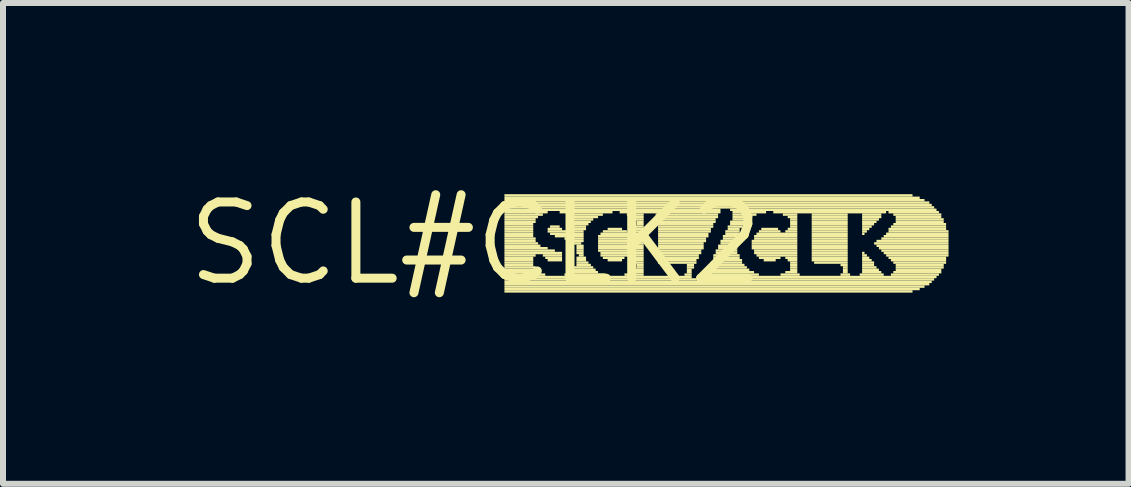
<source format=kicad_pcb>
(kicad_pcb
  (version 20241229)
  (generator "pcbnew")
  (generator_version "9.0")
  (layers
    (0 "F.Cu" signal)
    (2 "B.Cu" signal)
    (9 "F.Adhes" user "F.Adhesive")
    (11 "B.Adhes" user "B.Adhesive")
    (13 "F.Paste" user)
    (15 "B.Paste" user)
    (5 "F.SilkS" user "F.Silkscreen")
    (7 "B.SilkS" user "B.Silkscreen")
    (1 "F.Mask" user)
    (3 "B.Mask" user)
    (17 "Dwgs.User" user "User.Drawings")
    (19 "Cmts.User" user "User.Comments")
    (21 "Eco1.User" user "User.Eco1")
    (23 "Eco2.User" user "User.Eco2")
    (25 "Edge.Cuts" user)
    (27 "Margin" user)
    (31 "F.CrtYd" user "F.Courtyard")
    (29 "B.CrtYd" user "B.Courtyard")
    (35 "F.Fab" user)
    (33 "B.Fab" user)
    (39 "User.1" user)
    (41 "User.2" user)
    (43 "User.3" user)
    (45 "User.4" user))
  (footprint "SCL#CLK2"
    (layer "F.Cu")
    (at 4.876 1.006)
    (property "Reference" "SCL#CLK2" (at 0 0 0) (layer "F.SilkS") (effects (font (size 1.27 1.27) (thickness 0.15))))
    (attr through_hole)
    (fp_poly (pts (xy 0.48 -0.78) (xy 7.28 -0.78) (xy 7.28 -0.82) (xy 0.48 -0.82)) (stroke (width 0) (type solid)) (fill yes) (layer "F.SilkS"))
    (fp_poly (pts (xy 0.48 -0.74) (xy 7.4 -0.74) (xy 7.4 -0.78) (xy 0.48 -0.78)) (stroke (width 0) (type solid)) (fill yes) (layer "F.SilkS"))
    (fp_poly (pts (xy 0.48 -0.7) (xy 7.48 -0.7) (xy 7.48 -0.74) (xy 0.48 -0.74)) (stroke (width 0) (type solid)) (fill yes) (layer "F.SilkS"))
    (fp_poly (pts (xy 0.48 -0.66) (xy 7.56 -0.66) (xy 7.56 -0.7) (xy 0.48 -0.7)) (stroke (width 0) (type solid)) (fill yes) (layer "F.SilkS"))
    (fp_poly (pts (xy 0.48 -0.62) (xy 7.6 -0.62) (xy 7.6 -0.66) (xy 0.48 -0.66)) (stroke (width 0) (type solid)) (fill yes) (layer "F.SilkS"))
    (fp_poly (pts (xy 0.48 -0.58) (xy 7.64 -0.58) (xy 7.64 -0.62) (xy 0.48 -0.62)) (stroke (width 0) (type solid)) (fill yes) (layer "F.SilkS"))
    (fp_poly (pts (xy 0.48 -0.54) (xy 4.08 -0.54) (xy 4.08 -0.58) (xy 0.48 -0.58)) (stroke (width 0) (type solid)) (fill yes) (layer "F.SilkS"))
    (fp_poly (pts (xy 0.48 -0.5) (xy 1.2 -0.5) (xy 1.2 -0.54) (xy 0.48 -0.54)) (stroke (width 0) (type solid)) (fill yes) (layer "F.SilkS"))
    (fp_poly (pts (xy 0.48 -0.46) (xy 1.12 -0.46) (xy 1.12 -0.5) (xy 0.48 -0.5)) (stroke (width 0) (type solid)) (fill yes) (layer "F.SilkS"))
    (fp_poly (pts (xy 0.48 -0.42) (xy 1.04 -0.42) (xy 1.04 -0.46) (xy 0.48 -0.46)) (stroke (width 0) (type solid)) (fill yes) (layer "F.SilkS"))
    (fp_poly (pts (xy 0.48 -0.38) (xy 1 -0.38) (xy 1 -0.42) (xy 0.48 -0.42)) (stroke (width 0) (type solid)) (fill yes) (layer "F.SilkS"))
    (fp_poly (pts (xy 0.48 -0.34) (xy 1 -0.34) (xy 1 -0.38) (xy 0.48 -0.38)) (stroke (width 0) (type solid)) (fill yes) (layer "F.SilkS"))
    (fp_poly (pts (xy 0.48 -0.3) (xy 0.96 -0.3) (xy 0.96 -0.34) (xy 0.48 -0.34)) (stroke (width 0) (type solid)) (fill yes) (layer "F.SilkS"))
    (fp_poly (pts (xy 0.48 -0.26) (xy 0.96 -0.26) (xy 0.96 -0.3) (xy 0.48 -0.3)) (stroke (width 0) (type solid)) (fill yes) (layer "F.SilkS"))
    (fp_poly (pts (xy 0.48 -0.22) (xy 0.96 -0.22) (xy 0.96 -0.26) (xy 0.48 -0.26)) (stroke (width 0) (type solid)) (fill yes) (layer "F.SilkS"))
    (fp_poly (pts (xy 0.48 -0.18) (xy 0.96 -0.18) (xy 0.96 -0.22) (xy 0.48 -0.22)) (stroke (width 0) (type solid)) (fill yes) (layer "F.SilkS"))
    (fp_poly (pts (xy 0.48 -0.14) (xy 0.96 -0.14) (xy 0.96 -0.18) (xy 0.48 -0.18)) (stroke (width 0) (type solid)) (fill yes) (layer "F.SilkS"))
    (fp_poly (pts (xy 0.48 -0.1) (xy 0.96 -0.1) (xy 0.96 -0.14) (xy 0.48 -0.14)) (stroke (width 0) (type solid)) (fill yes) (layer "F.SilkS"))
    (fp_poly (pts (xy 0.48 -0.06) (xy 1 -0.06) (xy 1 -0.1) (xy 0.48 -0.1)) (stroke (width 0) (type solid)) (fill yes) (layer "F.SilkS"))
    (fp_poly (pts (xy 0.48 -0.02) (xy 1 -0.02) (xy 1 -0.06) (xy 0.48 -0.06)) (stroke (width 0) (type solid)) (fill yes) (layer "F.SilkS"))
    (fp_poly (pts (xy 0.48 0.02) (xy 1.04 0.02) (xy 1.04 -0.02) (xy 0.48 -0.02)) (stroke (width 0) (type solid)) (fill yes) (layer "F.SilkS"))
    (fp_poly (pts (xy 0.48 0.06) (xy 1.08 0.06) (xy 1.08 0.02) (xy 0.48 0.02)) (stroke (width 0) (type solid)) (fill yes) (layer "F.SilkS"))
    (fp_poly (pts (xy 0.48 0.1) (xy 1.2 0.1) (xy 1.2 0.06) (xy 0.48 0.06)) (stroke (width 0) (type solid)) (fill yes) (layer "F.SilkS"))
    (fp_poly (pts (xy 0.48 0.14) (xy 1.32 0.14) (xy 1.32 0.1) (xy 0.48 0.1)) (stroke (width 0) (type solid)) (fill yes) (layer "F.SilkS"))
    (fp_poly (pts (xy 0.48 0.18) (xy 1.44 0.18) (xy 1.44 0.14) (xy 0.48 0.14)) (stroke (width 0) (type solid)) (fill yes) (layer "F.SilkS"))
    (fp_poly (pts (xy 0.48 0.22) (xy 1 0.22) (xy 1 0.18) (xy 0.48 0.18)) (stroke (width 0) (type solid)) (fill yes) (layer "F.SilkS"))
    (fp_poly (pts (xy 0.48 0.26) (xy 0.96 0.26) (xy 0.96 0.22) (xy 0.48 0.22)) (stroke (width 0) (type solid)) (fill yes) (layer "F.SilkS"))
    (fp_poly (pts (xy 0.48 0.3) (xy 0.96 0.3) (xy 0.96 0.26) (xy 0.48 0.26)) (stroke (width 0) (type solid)) (fill yes) (layer "F.SilkS"))
    (fp_poly (pts (xy 0.48 0.34) (xy 0.96 0.34) (xy 0.96 0.3) (xy 0.48 0.3)) (stroke (width 0) (type solid)) (fill yes) (layer "F.SilkS"))
    (fp_poly (pts (xy 0.48 0.38) (xy 0.96 0.38) (xy 0.96 0.34) (xy 0.48 0.34)) (stroke (width 0) (type solid)) (fill yes) (layer "F.SilkS"))
    (fp_poly (pts (xy 0.48 0.42) (xy 1 0.42) (xy 1 0.38) (xy 0.48 0.38)) (stroke (width 0) (type solid)) (fill yes) (layer "F.SilkS"))
    (fp_poly (pts (xy 0.48 0.46) (xy 1 0.46) (xy 1 0.42) (xy 0.48 0.42)) (stroke (width 0) (type solid)) (fill yes) (layer "F.SilkS"))
    (fp_poly (pts (xy 0.48 0.5) (xy 1.08 0.5) (xy 1.08 0.46) (xy 0.48 0.46)) (stroke (width 0) (type solid)) (fill yes) (layer "F.SilkS"))
    (fp_poly (pts (xy 0.48 0.54) (xy 1.16 0.54) (xy 1.16 0.5) (xy 0.48 0.5)) (stroke (width 0) (type solid)) (fill yes) (layer "F.SilkS"))
    (fp_poly (pts (xy 0.48 0.58) (xy 3.6 0.58) (xy 3.6 0.54) (xy 0.48 0.54)) (stroke (width 0) (type solid)) (fill yes) (layer "F.SilkS"))
    (fp_poly (pts (xy 0.48 0.62) (xy 3.68 0.62) (xy 3.68 0.58) (xy 0.48 0.58)) (stroke (width 0) (type solid)) (fill yes) (layer "F.SilkS"))
    (fp_poly (pts (xy 0.48 0.66) (xy 7.6 0.66) (xy 7.6 0.62) (xy 0.48 0.62)) (stroke (width 0) (type solid)) (fill yes) (layer "F.SilkS"))
    (fp_poly (pts (xy 0.48 0.7) (xy 7.56 0.7) (xy 7.56 0.66) (xy 0.48 0.66)) (stroke (width 0) (type solid)) (fill yes) (layer "F.SilkS"))
    (fp_poly (pts (xy 0.48 0.74) (xy 7.48 0.74) (xy 7.48 0.7) (xy 0.48 0.7)) (stroke (width 0) (type solid)) (fill yes) (layer "F.SilkS"))
    (fp_poly (pts (xy 0.48 0.78) (xy 7.4 0.78) (xy 7.4 0.74) (xy 0.48 0.74)) (stroke (width 0) (type solid)) (fill yes) (layer "F.SilkS"))
    (fp_poly (pts (xy 0.48 0.82) (xy 7.28 0.82) (xy 7.28 0.78) (xy 0.48 0.78)) (stroke (width 0) (type solid)) (fill yes) (layer "F.SilkS"))
    (fp_poly (pts (xy 1.12 0.22) (xy 1.44 0.22) (xy 1.44 0.18) (xy 1.12 0.18)) (stroke (width 0) (type solid)) (fill yes) (layer "F.SilkS"))
    (fp_poly (pts (xy 1.16 0.26) (xy 1.44 0.26) (xy 1.44 0.22) (xy 1.16 0.22)) (stroke (width 0) (type solid)) (fill yes) (layer "F.SilkS"))
    (fp_poly (pts (xy 1.2 -0.22) (xy 1.44 -0.22) (xy 1.44 -0.26) (xy 1.2 -0.26)) (stroke (width 0) (type solid)) (fill yes) (layer "F.SilkS"))
    (fp_poly (pts (xy 1.2 -0.18) (xy 1.8 -0.18) (xy 1.8 -0.22) (xy 1.2 -0.22)) (stroke (width 0) (type solid)) (fill yes) (layer "F.SilkS"))
    (fp_poly (pts (xy 1.2 0.3) (xy 1.44 0.3) (xy 1.44 0.26) (xy 1.2 0.26)) (stroke (width 0) (type solid)) (fill yes) (layer "F.SilkS"))
    (fp_poly (pts (xy 1.24 -0.26) (xy 1.4 -0.26) (xy 1.4 -0.3) (xy 1.24 -0.3)) (stroke (width 0) (type solid)) (fill yes) (layer "F.SilkS"))
    (fp_poly (pts (xy 1.24 -0.14) (xy 1.8 -0.14) (xy 1.8 -0.18) (xy 1.24 -0.18)) (stroke (width 0) (type solid)) (fill yes) (layer "F.SilkS"))
    (fp_poly (pts (xy 1.32 -0.1) (xy 1.8 -0.1) (xy 1.8 -0.14) (xy 1.32 -0.14)) (stroke (width 0) (type solid)) (fill yes) (layer "F.SilkS"))
    (fp_poly (pts (xy 1.4 -0.5) (xy 2.28 -0.5) (xy 2.28 -0.54) (xy 1.4 -0.54)) (stroke (width 0) (type solid)) (fill yes) (layer "F.SilkS"))
    (fp_poly (pts (xy 1.48 -0.06) (xy 1.8 -0.06) (xy 1.8 -0.1) (xy 1.48 -0.1)) (stroke (width 0) (type solid)) (fill yes) (layer "F.SilkS"))
    (fp_poly (pts (xy 1.48 0.54) (xy 2.16 0.54) (xy 2.16 0.5) (xy 1.48 0.5)) (stroke (width 0) (type solid)) (fill yes) (layer "F.SilkS"))
    (fp_poly (pts (xy 1.52 -0.46) (xy 2.12 -0.46) (xy 2.12 -0.5) (xy 1.52 -0.5)) (stroke (width 0) (type solid)) (fill yes) (layer "F.SilkS"))
    (fp_poly (pts (xy 1.56 -0.22) (xy 1.84 -0.22) (xy 1.84 -0.26) (xy 1.56 -0.26)) (stroke (width 0) (type solid)) (fill yes) (layer "F.SilkS"))
    (fp_poly (pts (xy 1.56 0.5) (xy 2.04 0.5) (xy 2.04 0.46) (xy 1.56 0.46)) (stroke (width 0) (type solid)) (fill yes) (layer "F.SilkS"))
    (fp_poly (pts (xy 1.6 -0.42) (xy 2.04 -0.42) (xy 2.04 -0.46) (xy 1.6 -0.46)) (stroke (width 0) (type solid)) (fill yes) (layer "F.SilkS"))
    (fp_poly (pts (xy 1.6 -0.26) (xy 1.84 -0.26) (xy 1.84 -0.3) (xy 1.6 -0.3)) (stroke (width 0) (type solid)) (fill yes) (layer "F.SilkS"))
    (fp_poly (pts (xy 1.6 -0.02) (xy 1.8 -0.02) (xy 1.8 -0.06) (xy 1.6 -0.06)) (stroke (width 0) (type solid)) (fill yes) (layer "F.SilkS"))
    (fp_poly (pts (xy 1.6 0.46) (xy 2 0.46) (xy 2 0.42) (xy 1.6 0.42)) (stroke (width 0) (type solid)) (fill yes) (layer "F.SilkS"))
    (fp_poly (pts (xy 1.64 -0.38) (xy 1.96 -0.38) (xy 1.96 -0.42) (xy 1.64 -0.42)) (stroke (width 0) (type solid)) (fill yes) (layer "F.SilkS"))
    (fp_poly (pts (xy 1.64 -0.34) (xy 1.92 -0.34) (xy 1.92 -0.38) (xy 1.64 -0.38)) (stroke (width 0) (type solid)) (fill yes) (layer "F.SilkS"))
    (fp_poly (pts (xy 1.64 -0.3) (xy 1.88 -0.3) (xy 1.88 -0.34) (xy 1.64 -0.34)) (stroke (width 0) (type solid)) (fill yes) (layer "F.SilkS"))
    (fp_poly (pts (xy 1.64 0.02) (xy 1.76 0.02) (xy 1.76 -0.02) (xy 1.64 -0.02)) (stroke (width 0) (type solid)) (fill yes) (layer "F.SilkS"))
    (fp_poly (pts (xy 1.64 0.42) (xy 1.96 0.42) (xy 1.96 0.38) (xy 1.64 0.38)) (stroke (width 0) (type solid)) (fill yes) (layer "F.SilkS"))
    (fp_poly (pts (xy 1.68 0.06) (xy 1.8 0.06) (xy 1.8 0.02) (xy 1.68 0.02)) (stroke (width 0) (type solid)) (fill yes) (layer "F.SilkS"))
    (fp_poly (pts (xy 1.68 0.1) (xy 1.8 0.1) (xy 1.8 0.06) (xy 1.68 0.06)) (stroke (width 0) (type solid)) (fill yes) (layer "F.SilkS"))
    (fp_poly (pts (xy 1.68 0.14) (xy 1.8 0.14) (xy 1.8 0.1) (xy 1.68 0.1)) (stroke (width 0) (type solid)) (fill yes) (layer "F.SilkS"))
    (fp_poly (pts (xy 1.68 0.18) (xy 1.8 0.18) (xy 1.8 0.14) (xy 1.68 0.14)) (stroke (width 0) (type solid)) (fill yes) (layer "F.SilkS"))
    (fp_poly (pts (xy 1.68 0.26) (xy 1.84 0.26) (xy 1.84 0.22) (xy 1.68 0.22)) (stroke (width 0) (type solid)) (fill yes) (layer "F.SilkS"))
    (fp_poly (pts (xy 1.68 0.3) (xy 1.84 0.3) (xy 1.84 0.26) (xy 1.68 0.26)) (stroke (width 0) (type solid)) (fill yes) (layer "F.SilkS"))
    (fp_poly (pts (xy 1.68 0.34) (xy 1.88 0.34) (xy 1.88 0.3) (xy 1.68 0.3)) (stroke (width 0) (type solid)) (fill yes) (layer "F.SilkS"))
    (fp_poly (pts (xy 1.68 0.38) (xy 1.92 0.38) (xy 1.92 0.34) (xy 1.68 0.34)) (stroke (width 0) (type solid)) (fill yes) (layer "F.SilkS"))
    (fp_poly (pts (xy 1.72 0.22) (xy 1.8 0.22) (xy 1.8 0.18) (xy 1.72 0.18)) (stroke (width 0) (type solid)) (fill yes) (layer "F.SilkS"))
    (fp_poly (pts (xy 2.04 -0.1) (xy 2.8 -0.1) (xy 2.8 -0.14) (xy 2.04 -0.14)) (stroke (width 0) (type solid)) (fill yes) (layer "F.SilkS"))
    (fp_poly (pts (xy 2.04 -0.06) (xy 2.8 -0.06) (xy 2.8 -0.1) (xy 2.04 -0.1)) (stroke (width 0) (type solid)) (fill yes) (layer "F.SilkS"))
    (fp_poly (pts (xy 2.04 -0.02) (xy 2.8 -0.02) (xy 2.8 -0.06) (xy 2.04 -0.06)) (stroke (width 0) (type solid)) (fill yes) (layer "F.SilkS"))
    (fp_poly (pts (xy 2.04 0.02) (xy 2.8 0.02) (xy 2.8 -0.02) (xy 2.04 -0.02)) (stroke (width 0) (type solid)) (fill yes) (layer "F.SilkS"))
    (fp_poly (pts (xy 2.04 0.06) (xy 2.8 0.06) (xy 2.8 0.02) (xy 2.04 0.02)) (stroke (width 0) (type solid)) (fill yes) (layer "F.SilkS"))
    (fp_poly (pts (xy 2.04 0.1) (xy 2.8 0.1) (xy 2.8 0.06) (xy 2.04 0.06)) (stroke (width 0) (type solid)) (fill yes) (layer "F.SilkS"))
    (fp_poly (pts (xy 2.04 0.14) (xy 2.8 0.14) (xy 2.8 0.1) (xy 2.04 0.1)) (stroke (width 0) (type solid)) (fill yes) (layer "F.SilkS"))
    (fp_poly (pts (xy 2.08 -0.14) (xy 2.8 -0.14) (xy 2.8 -0.18) (xy 2.08 -0.18)) (stroke (width 0) (type solid)) (fill yes) (layer "F.SilkS"))
    (fp_poly (pts (xy 2.08 0.18) (xy 2.8 0.18) (xy 2.8 0.14) (xy 2.08 0.14)) (stroke (width 0) (type solid)) (fill yes) (layer "F.SilkS"))
    (fp_poly (pts (xy 2.08 0.22) (xy 2.8 0.22) (xy 2.8 0.18) (xy 2.08 0.18)) (stroke (width 0) (type solid)) (fill yes) (layer "F.SilkS"))
    (fp_poly (pts (xy 2.12 -0.18) (xy 2.52 -0.18) (xy 2.52 -0.22) (xy 2.12 -0.22)) (stroke (width 0) (type solid)) (fill yes) (layer "F.SilkS"))
    (fp_poly (pts (xy 2.12 0.26) (xy 2.48 0.26) (xy 2.48 0.22) (xy 2.12 0.22)) (stroke (width 0) (type solid)) (fill yes) (layer "F.SilkS"))
    (fp_poly (pts (xy 2.2 -0.22) (xy 2.44 -0.22) (xy 2.44 -0.26) (xy 2.2 -0.26)) (stroke (width 0) (type solid)) (fill yes) (layer "F.SilkS"))
    (fp_poly (pts (xy 2.2 0.3) (xy 2.44 0.3) (xy 2.44 0.26) (xy 2.2 0.26)) (stroke (width 0) (type solid)) (fill yes) (layer "F.SilkS"))
    (fp_poly (pts (xy 2.4 -0.5) (xy 4.08 -0.5) (xy 4.08 -0.54) (xy 2.4 -0.54)) (stroke (width 0) (type solid)) (fill yes) (layer "F.SilkS"))
    (fp_poly (pts (xy 2.48 0.54) (xy 2.8 0.54) (xy 2.8 0.5) (xy 2.48 0.5)) (stroke (width 0) (type solid)) (fill yes) (layer "F.SilkS"))
    (fp_poly (pts (xy 2.52 -0.46) (xy 2.8 -0.46) (xy 2.8 -0.5) (xy 2.52 -0.5)) (stroke (width 0) (type solid)) (fill yes) (layer "F.SilkS"))
    (fp_poly (pts (xy 2.56 -0.18) (xy 2.8 -0.18) (xy 2.8 -0.22) (xy 2.56 -0.22)) (stroke (width 0) (type solid)) (fill yes) (layer "F.SilkS"))
    (fp_poly (pts (xy 2.6 -0.42) (xy 2.8 -0.42) (xy 2.8 -0.46) (xy 2.6 -0.46)) (stroke (width 0) (type solid)) (fill yes) (layer "F.SilkS"))
    (fp_poly (pts (xy 2.6 0.26) (xy 2.8 0.26) (xy 2.8 0.22) (xy 2.6 0.22)) (stroke (width 0) (type solid)) (fill yes) (layer "F.SilkS"))
    (fp_poly (pts (xy 2.6 0.5) (xy 2.8 0.5) (xy 2.8 0.46) (xy 2.6 0.46)) (stroke (width 0) (type solid)) (fill yes) (layer "F.SilkS"))
    (fp_poly (pts (xy 2.64 -0.38) (xy 2.8 -0.38) (xy 2.8 -0.42) (xy 2.64 -0.42)) (stroke (width 0) (type solid)) (fill yes) (layer "F.SilkS"))
    (fp_poly (pts (xy 2.64 -0.26) (xy 2.8 -0.26) (xy 2.8 -0.3) (xy 2.64 -0.3)) (stroke (width 0) (type solid)) (fill yes) (layer "F.SilkS"))
    (fp_poly (pts (xy 2.64 -0.22) (xy 2.8 -0.22) (xy 2.8 -0.26) (xy 2.64 -0.26)) (stroke (width 0) (type solid)) (fill yes) (layer "F.SilkS"))
    (fp_poly (pts (xy 2.64 0.3) (xy 2.8 0.3) (xy 2.8 0.26) (xy 2.64 0.26)) (stroke (width 0) (type solid)) (fill yes) (layer "F.SilkS"))
    (fp_poly (pts (xy 2.64 0.34) (xy 2.8 0.34) (xy 2.8 0.3) (xy 2.64 0.3)) (stroke (width 0) (type solid)) (fill yes) (layer "F.SilkS"))
    (fp_poly (pts (xy 2.64 0.46) (xy 2.8 0.46) (xy 2.8 0.42) (xy 2.64 0.42)) (stroke (width 0) (type solid)) (fill yes) (layer "F.SilkS"))
    (fp_poly (pts (xy 2.68 -0.34) (xy 2.8 -0.34) (xy 2.8 -0.38) (xy 2.68 -0.38)) (stroke (width 0) (type solid)) (fill yes) (layer "F.SilkS"))
    (fp_poly (pts (xy 2.68 -0.3) (xy 2.8 -0.3) (xy 2.8 -0.34) (xy 2.68 -0.34)) (stroke (width 0) (type solid)) (fill yes) (layer "F.SilkS"))
    (fp_poly (pts (xy 2.68 0.38) (xy 2.8 0.38) (xy 2.8 0.34) (xy 2.68 0.34)) (stroke (width 0) (type solid)) (fill yes) (layer "F.SilkS"))
    (fp_poly (pts (xy 2.68 0.42) (xy 2.8 0.42) (xy 2.8 0.38) (xy 2.68 0.38)) (stroke (width 0) (type solid)) (fill yes) (layer "F.SilkS"))
    (fp_poly (pts (xy 3 -0.46) (xy 4.04 -0.46) (xy 4.04 -0.5) (xy 3 -0.5)) (stroke (width 0) (type solid)) (fill yes) (layer "F.SilkS"))
    (fp_poly (pts (xy 3.04 -0.42) (xy 4.04 -0.42) (xy 4.04 -0.46) (xy 3.04 -0.46)) (stroke (width 0) (type solid)) (fill yes) (layer "F.SilkS"))
    (fp_poly (pts (xy 3.04 -0.38) (xy 4 -0.38) (xy 4 -0.42) (xy 3.04 -0.42)) (stroke (width 0) (type solid)) (fill yes) (layer "F.SilkS"))
    (fp_poly (pts (xy 3.04 -0.34) (xy 4 -0.34) (xy 4 -0.38) (xy 3.04 -0.38)) (stroke (width 0) (type solid)) (fill yes) (layer "F.SilkS"))
    (fp_poly (pts (xy 3.04 -0.3) (xy 3.96 -0.3) (xy 3.96 -0.34) (xy 3.04 -0.34)) (stroke (width 0) (type solid)) (fill yes) (layer "F.SilkS"))
    (fp_poly (pts (xy 3.04 -0.26) (xy 3.96 -0.26) (xy 3.96 -0.3) (xy 3.04 -0.3)) (stroke (width 0) (type solid)) (fill yes) (layer "F.SilkS"))
    (fp_poly (pts (xy 3.04 -0.22) (xy 3.92 -0.22) (xy 3.92 -0.26) (xy 3.04 -0.26)) (stroke (width 0) (type solid)) (fill yes) (layer "F.SilkS"))
    (fp_poly (pts (xy 3.04 -0.18) (xy 3.92 -0.18) (xy 3.92 -0.22) (xy 3.04 -0.22)) (stroke (width 0) (type solid)) (fill yes) (layer "F.SilkS"))
    (fp_poly (pts (xy 3.04 -0.14) (xy 3.88 -0.14) (xy 3.88 -0.18) (xy 3.04 -0.18)) (stroke (width 0) (type solid)) (fill yes) (layer "F.SilkS"))
    (fp_poly (pts (xy 3.04 -0.1) (xy 3.88 -0.1) (xy 3.88 -0.14) (xy 3.04 -0.14)) (stroke (width 0) (type solid)) (fill yes) (layer "F.SilkS"))
    (fp_poly (pts (xy 3.04 -0.06) (xy 3.84 -0.06) (xy 3.84 -0.1) (xy 3.04 -0.1)) (stroke (width 0) (type solid)) (fill yes) (layer "F.SilkS"))
    (fp_poly (pts (xy 3.04 -0.02) (xy 3.84 -0.02) (xy 3.84 -0.06) (xy 3.04 -0.06)) (stroke (width 0) (type solid)) (fill yes) (layer "F.SilkS"))
    (fp_poly (pts (xy 3.04 0.02) (xy 3.8 0.02) (xy 3.8 -0.02) (xy 3.04 -0.02)) (stroke (width 0) (type solid)) (fill yes) (layer "F.SilkS"))
    (fp_poly (pts (xy 3.04 0.06) (xy 3.8 0.06) (xy 3.8 0.02) (xy 3.04 0.02)) (stroke (width 0) (type solid)) (fill yes) (layer "F.SilkS"))
    (fp_poly (pts (xy 3.04 0.1) (xy 3.8 0.1) (xy 3.8 0.06) (xy 3.04 0.06)) (stroke (width 0) (type solid)) (fill yes) (layer "F.SilkS"))
    (fp_poly (pts (xy 3.04 0.14) (xy 3.76 0.14) (xy 3.76 0.1) (xy 3.04 0.1)) (stroke (width 0) (type solid)) (fill yes) (layer "F.SilkS"))
    (fp_poly (pts (xy 3.04 0.18) (xy 3.76 0.18) (xy 3.76 0.14) (xy 3.04 0.14)) (stroke (width 0) (type solid)) (fill yes) (layer "F.SilkS"))
    (fp_poly (pts (xy 3.04 0.22) (xy 3.72 0.22) (xy 3.72 0.18) (xy 3.04 0.18)) (stroke (width 0) (type solid)) (fill yes) (layer "F.SilkS"))
    (fp_poly (pts (xy 3.04 0.26) (xy 3.72 0.26) (xy 3.72 0.22) (xy 3.04 0.22)) (stroke (width 0) (type solid)) (fill yes) (layer "F.SilkS"))
    (fp_poly (pts (xy 3.04 0.3) (xy 3.68 0.3) (xy 3.68 0.26) (xy 3.04 0.26)) (stroke (width 0) (type solid)) (fill yes) (layer "F.SilkS"))
    (fp_poly (pts (xy 3.04 0.34) (xy 3.68 0.34) (xy 3.68 0.3) (xy 3.04 0.3)) (stroke (width 0) (type solid)) (fill yes) (layer "F.SilkS"))
    (fp_poly (pts (xy 3.48 0.54) (xy 3.6 0.54) (xy 3.6 0.5) (xy 3.48 0.5)) (stroke (width 0) (type solid)) (fill yes) (layer "F.SilkS"))
    (fp_poly (pts (xy 3.52 0.38) (xy 3.64 0.38) (xy 3.64 0.34) (xy 3.52 0.34)) (stroke (width 0) (type solid)) (fill yes) (layer "F.SilkS"))
    (fp_poly (pts (xy 3.52 0.42) (xy 3.64 0.42) (xy 3.64 0.38) (xy 3.52 0.38)) (stroke (width 0) (type solid)) (fill yes) (layer "F.SilkS"))
    (fp_poly (pts (xy 3.52 0.46) (xy 3.6 0.46) (xy 3.6 0.42) (xy 3.52 0.42)) (stroke (width 0) (type solid)) (fill yes) (layer "F.SilkS"))
    (fp_poly (pts (xy 3.52 0.5) (xy 3.6 0.5) (xy 3.6 0.46) (xy 3.52 0.46)) (stroke (width 0) (type solid)) (fill yes) (layer "F.SilkS"))
    (fp_poly (pts (xy 3.8 0.58) (xy 7.68 0.58) (xy 7.68 0.54) (xy 3.8 0.54)) (stroke (width 0) (type solid)) (fill yes) (layer "F.SilkS"))
    (fp_poly (pts (xy 3.8 0.62) (xy 7.64 0.62) (xy 7.64 0.58) (xy 3.8 0.58)) (stroke (width 0) (type solid)) (fill yes) (layer "F.SilkS"))
    (fp_poly (pts (xy 3.84 0.5) (xy 4.64 0.5) (xy 4.64 0.46) (xy 3.84 0.46)) (stroke (width 0) (type solid)) (fill yes) (layer "F.SilkS"))
    (fp_poly (pts (xy 3.84 0.54) (xy 4.72 0.54) (xy 4.72 0.5) (xy 3.84 0.5)) (stroke (width 0) (type solid)) (fill yes) (layer "F.SilkS"))
    (fp_poly (pts (xy 3.88 0.42) (xy 4.52 0.42) (xy 4.52 0.38) (xy 3.88 0.38)) (stroke (width 0) (type solid)) (fill yes) (layer "F.SilkS"))
    (fp_poly (pts (xy 3.88 0.46) (xy 4.56 0.46) (xy 4.56 0.42) (xy 3.88 0.42)) (stroke (width 0) (type solid)) (fill yes) (layer "F.SilkS"))
    (fp_poly (pts (xy 3.92 0.34) (xy 4.44 0.34) (xy 4.44 0.3) (xy 3.92 0.3)) (stroke (width 0) (type solid)) (fill yes) (layer "F.SilkS"))
    (fp_poly (pts (xy 3.92 0.38) (xy 4.48 0.38) (xy 4.48 0.34) (xy 3.92 0.34)) (stroke (width 0) (type solid)) (fill yes) (layer "F.SilkS"))
    (fp_poly (pts (xy 3.96 0.22) (xy 4.4 0.22) (xy 4.4 0.18) (xy 3.96 0.18)) (stroke (width 0) (type solid)) (fill yes) (layer "F.SilkS"))
    (fp_poly (pts (xy 3.96 0.26) (xy 4.4 0.26) (xy 4.4 0.22) (xy 3.96 0.22)) (stroke (width 0) (type solid)) (fill yes) (layer "F.SilkS"))
    (fp_poly (pts (xy 3.96 0.3) (xy 4.44 0.3) (xy 4.44 0.26) (xy 3.96 0.26)) (stroke (width 0) (type solid)) (fill yes) (layer "F.SilkS"))
    (fp_poly (pts (xy 4 0.14) (xy 4.36 0.14) (xy 4.36 0.1) (xy 4 0.1)) (stroke (width 0) (type solid)) (fill yes) (layer "F.SilkS"))
    (fp_poly (pts (xy 4 0.18) (xy 4.36 0.18) (xy 4.36 0.14) (xy 4 0.14)) (stroke (width 0) (type solid)) (fill yes) (layer "F.SilkS"))
    (fp_poly (pts (xy 4.04 0.06) (xy 4.36 0.06) (xy 4.36 0.02) (xy 4.04 0.02)) (stroke (width 0) (type solid)) (fill yes) (layer "F.SilkS"))
    (fp_poly (pts (xy 4.04 0.1) (xy 4.36 0.1) (xy 4.36 0.06) (xy 4.04 0.06)) (stroke (width 0) (type solid)) (fill yes) (layer "F.SilkS"))
    (fp_poly (pts (xy 4.08 -0.02) (xy 4.36 -0.02) (xy 4.36 -0.06) (xy 4.08 -0.06)) (stroke (width 0) (type solid)) (fill yes) (layer "F.SilkS"))
    (fp_poly (pts (xy 4.08 0.02) (xy 4.36 0.02) (xy 4.36 -0.02) (xy 4.08 -0.02)) (stroke (width 0) (type solid)) (fill yes) (layer "F.SilkS"))
    (fp_poly (pts (xy 4.12 -0.1) (xy 4.36 -0.1) (xy 4.36 -0.14) (xy 4.12 -0.14)) (stroke (width 0) (type solid)) (fill yes) (layer "F.SilkS"))
    (fp_poly (pts (xy 4.12 -0.06) (xy 4.36 -0.06) (xy 4.36 -0.1) (xy 4.12 -0.1)) (stroke (width 0) (type solid)) (fill yes) (layer "F.SilkS"))
    (fp_poly (pts (xy 4.16 -0.18) (xy 4.4 -0.18) (xy 4.4 -0.22) (xy 4.16 -0.22)) (stroke (width 0) (type solid)) (fill yes) (layer "F.SilkS"))
    (fp_poly (pts (xy 4.16 -0.14) (xy 4.4 -0.14) (xy 4.4 -0.18) (xy 4.16 -0.18)) (stroke (width 0) (type solid)) (fill yes) (layer "F.SilkS"))
    (fp_poly (pts (xy 4.2 -0.26) (xy 4.44 -0.26) (xy 4.44 -0.3) (xy 4.2 -0.3)) (stroke (width 0) (type solid)) (fill yes) (layer "F.SilkS"))
    (fp_poly (pts (xy 4.2 -0.22) (xy 4.4 -0.22) (xy 4.4 -0.26) (xy 4.2 -0.26)) (stroke (width 0) (type solid)) (fill yes) (layer "F.SilkS"))
    (fp_poly (pts (xy 4.24 -0.54) (xy 7.68 -0.54) (xy 7.68 -0.58) (xy 4.24 -0.58)) (stroke (width 0) (type solid)) (fill yes) (layer "F.SilkS"))
    (fp_poly (pts (xy 4.24 -0.34) (xy 4.52 -0.34) (xy 4.52 -0.38) (xy 4.24 -0.38)) (stroke (width 0) (type solid)) (fill yes) (layer "F.SilkS"))
    (fp_poly (pts (xy 4.24 -0.3) (xy 4.48 -0.3) (xy 4.48 -0.34) (xy 4.24 -0.34)) (stroke (width 0) (type solid)) (fill yes) (layer "F.SilkS"))
    (fp_poly (pts (xy 4.28 -0.5) (xy 4.84 -0.5) (xy 4.84 -0.54) (xy 4.28 -0.54)) (stroke (width 0) (type solid)) (fill yes) (layer "F.SilkS"))
    (fp_poly (pts (xy 4.28 -0.46) (xy 4.68 -0.46) (xy 4.68 -0.5) (xy 4.28 -0.5)) (stroke (width 0) (type solid)) (fill yes) (layer "F.SilkS"))
    (fp_poly (pts (xy 4.28 -0.42) (xy 4.6 -0.42) (xy 4.6 -0.46) (xy 4.28 -0.46)) (stroke (width 0) (type solid)) (fill yes) (layer "F.SilkS"))
    (fp_poly (pts (xy 4.28 -0.38) (xy 4.56 -0.38) (xy 4.56 -0.42) (xy 4.28 -0.42)) (stroke (width 0) (type solid)) (fill yes) (layer "F.SilkS"))
    (fp_poly (pts (xy 4.6 -0.02) (xy 5.36 -0.02) (xy 5.36 -0.06) (xy 4.6 -0.06)) (stroke (width 0) (type solid)) (fill yes) (layer "F.SilkS"))
    (fp_poly (pts (xy 4.6 0.02) (xy 5.36 0.02) (xy 5.36 -0.02) (xy 4.6 -0.02)) (stroke (width 0) (type solid)) (fill yes) (layer "F.SilkS"))
    (fp_poly (pts (xy 4.6 0.06) (xy 5.36 0.06) (xy 5.36 0.02) (xy 4.6 0.02)) (stroke (width 0) (type solid)) (fill yes) (layer "F.SilkS"))
    (fp_poly (pts (xy 4.6 0.1) (xy 5.36 0.1) (xy 5.36 0.06) (xy 4.6 0.06)) (stroke (width 0) (type solid)) (fill yes) (layer "F.SilkS"))
    (fp_poly (pts (xy 4.64 -0.1) (xy 5.36 -0.1) (xy 5.36 -0.14) (xy 4.64 -0.14)) (stroke (width 0) (type solid)) (fill yes) (layer "F.SilkS"))
    (fp_poly (pts (xy 4.64 -0.06) (xy 5.36 -0.06) (xy 5.36 -0.1) (xy 4.64 -0.1)) (stroke (width 0) (type solid)) (fill yes) (layer "F.SilkS"))
    (fp_poly (pts (xy 4.64 0.14) (xy 5.36 0.14) (xy 5.36 0.1) (xy 4.64 0.1)) (stroke (width 0) (type solid)) (fill yes) (layer "F.SilkS"))
    (fp_poly (pts (xy 4.64 0.18) (xy 5.36 0.18) (xy 5.36 0.14) (xy 4.64 0.14)) (stroke (width 0) (type solid)) (fill yes) (layer "F.SilkS"))
    (fp_poly (pts (xy 4.68 -0.14) (xy 5.36 -0.14) (xy 5.36 -0.18) (xy 4.68 -0.18)) (stroke (width 0) (type solid)) (fill yes) (layer "F.SilkS"))
    (fp_poly (pts (xy 4.68 0.22) (xy 5.36 0.22) (xy 5.36 0.18) (xy 4.68 0.18)) (stroke (width 0) (type solid)) (fill yes) (layer "F.SilkS"))
    (fp_poly (pts (xy 4.72 -0.18) (xy 5.08 -0.18) (xy 5.08 -0.22) (xy 4.72 -0.22)) (stroke (width 0) (type solid)) (fill yes) (layer "F.SilkS"))
    (fp_poly (pts (xy 4.72 0.26) (xy 5.08 0.26) (xy 5.08 0.22) (xy 4.72 0.22)) (stroke (width 0) (type solid)) (fill yes) (layer "F.SilkS"))
    (fp_poly (pts (xy 4.76 -0.22) (xy 5.04 -0.22) (xy 5.04 -0.26) (xy 4.76 -0.26)) (stroke (width 0) (type solid)) (fill yes) (layer "F.SilkS"))
    (fp_poly (pts (xy 4.8 0.3) (xy 5 0.3) (xy 5 0.26) (xy 4.8 0.26)) (stroke (width 0) (type solid)) (fill yes) (layer "F.SilkS"))
    (fp_poly (pts (xy 4.96 -0.5) (xy 6.84 -0.5) (xy 6.84 -0.54) (xy 4.96 -0.54)) (stroke (width 0) (type solid)) (fill yes) (layer "F.SilkS"))
    (fp_poly (pts (xy 5.08 0.54) (xy 5.4 0.54) (xy 5.4 0.5) (xy 5.08 0.5)) (stroke (width 0) (type solid)) (fill yes) (layer "F.SilkS"))
    (fp_poly (pts (xy 5.12 -0.46) (xy 5.36 -0.46) (xy 5.36 -0.5) (xy 5.12 -0.5)) (stroke (width 0) (type solid)) (fill yes) (layer "F.SilkS"))
    (fp_poly (pts (xy 5.16 -0.18) (xy 5.36 -0.18) (xy 5.36 -0.22) (xy 5.16 -0.22)) (stroke (width 0) (type solid)) (fill yes) (layer "F.SilkS"))
    (fp_poly (pts (xy 5.16 0.26) (xy 5.36 0.26) (xy 5.36 0.22) (xy 5.16 0.22)) (stroke (width 0) (type solid)) (fill yes) (layer "F.SilkS"))
    (fp_poly (pts (xy 5.16 0.5) (xy 5.36 0.5) (xy 5.36 0.46) (xy 5.16 0.46)) (stroke (width 0) (type solid)) (fill yes) (layer "F.SilkS"))
    (fp_poly (pts (xy 5.2 -0.42) (xy 5.36 -0.42) (xy 5.36 -0.46) (xy 5.2 -0.46)) (stroke (width 0) (type solid)) (fill yes) (layer "F.SilkS"))
    (fp_poly (pts (xy 5.2 -0.22) (xy 5.36 -0.22) (xy 5.36 -0.26) (xy 5.2 -0.26)) (stroke (width 0) (type solid)) (fill yes) (layer "F.SilkS"))
    (fp_poly (pts (xy 5.2 0.3) (xy 5.36 0.3) (xy 5.36 0.26) (xy 5.2 0.26)) (stroke (width 0) (type solid)) (fill yes) (layer "F.SilkS"))
    (fp_poly (pts (xy 5.24 -0.38) (xy 5.36 -0.38) (xy 5.36 -0.42) (xy 5.24 -0.42)) (stroke (width 0) (type solid)) (fill yes) (layer "F.SilkS"))
    (fp_poly (pts (xy 5.24 -0.34) (xy 5.36 -0.34) (xy 5.36 -0.38) (xy 5.24 -0.38)) (stroke (width 0) (type solid)) (fill yes) (layer "F.SilkS"))
    (fp_poly (pts (xy 5.24 -0.3) (xy 5.36 -0.3) (xy 5.36 -0.34) (xy 5.24 -0.34)) (stroke (width 0) (type solid)) (fill yes) (layer "F.SilkS"))
    (fp_poly (pts (xy 5.24 -0.26) (xy 5.36 -0.26) (xy 5.36 -0.3) (xy 5.24 -0.3)) (stroke (width 0) (type solid)) (fill yes) (layer "F.SilkS"))
    (fp_poly (pts (xy 5.24 0.34) (xy 5.36 0.34) (xy 5.36 0.3) (xy 5.24 0.3)) (stroke (width 0) (type solid)) (fill yes) (layer "F.SilkS"))
    (fp_poly (pts (xy 5.24 0.38) (xy 5.36 0.38) (xy 5.36 0.34) (xy 5.24 0.34)) (stroke (width 0) (type solid)) (fill yes) (layer "F.SilkS"))
    (fp_poly (pts (xy 5.24 0.42) (xy 5.36 0.42) (xy 5.36 0.38) (xy 5.24 0.38)) (stroke (width 0) (type solid)) (fill yes) (layer "F.SilkS"))
    (fp_poly (pts (xy 5.24 0.46) (xy 5.36 0.46) (xy 5.36 0.42) (xy 5.24 0.42)) (stroke (width 0) (type solid)) (fill yes) (layer "F.SilkS"))
    (fp_poly (pts (xy 5.6 -0.46) (xy 6.2 -0.46) (xy 6.2 -0.5) (xy 5.6 -0.5)) (stroke (width 0) (type solid)) (fill yes) (layer "F.SilkS"))
    (fp_poly (pts (xy 5.6 -0.42) (xy 6.2 -0.42) (xy 6.2 -0.46) (xy 5.6 -0.46)) (stroke (width 0) (type solid)) (fill yes) (layer "F.SilkS"))
    (fp_poly (pts (xy 5.6 -0.38) (xy 6.2 -0.38) (xy 6.2 -0.42) (xy 5.6 -0.42)) (stroke (width 0) (type solid)) (fill yes) (layer "F.SilkS"))
    (fp_poly (pts (xy 5.6 -0.34) (xy 6.2 -0.34) (xy 6.2 -0.38) (xy 5.6 -0.38)) (stroke (width 0) (type solid)) (fill yes) (layer "F.SilkS"))
    (fp_poly (pts (xy 5.6 -0.3) (xy 6.2 -0.3) (xy 6.2 -0.34) (xy 5.6 -0.34)) (stroke (width 0) (type solid)) (fill yes) (layer "F.SilkS"))
    (fp_poly (pts (xy 5.6 -0.26) (xy 6.2 -0.26) (xy 6.2 -0.3) (xy 5.6 -0.3)) (stroke (width 0) (type solid)) (fill yes) (layer "F.SilkS"))
    (fp_poly (pts (xy 5.6 -0.22) (xy 6.2 -0.22) (xy 6.2 -0.26) (xy 5.6 -0.26)) (stroke (width 0) (type solid)) (fill yes) (layer "F.SilkS"))
    (fp_poly (pts (xy 5.6 -0.18) (xy 6.2 -0.18) (xy 6.2 -0.22) (xy 5.6 -0.22)) (stroke (width 0) (type solid)) (fill yes) (layer "F.SilkS"))
    (fp_poly (pts (xy 5.6 -0.14) (xy 6.2 -0.14) (xy 6.2 -0.18) (xy 5.6 -0.18)) (stroke (width 0) (type solid)) (fill yes) (layer "F.SilkS"))
    (fp_poly (pts (xy 5.6 -0.1) (xy 6.2 -0.1) (xy 6.2 -0.14) (xy 5.6 -0.14)) (stroke (width 0) (type solid)) (fill yes) (layer "F.SilkS"))
    (fp_poly (pts (xy 5.6 -0.06) (xy 6.2 -0.06) (xy 6.2 -0.1) (xy 5.6 -0.1)) (stroke (width 0) (type solid)) (fill yes) (layer "F.SilkS"))
    (fp_poly (pts (xy 5.6 -0.02) (xy 6.2 -0.02) (xy 6.2 -0.06) (xy 5.6 -0.06)) (stroke (width 0) (type solid)) (fill yes) (layer "F.SilkS"))
    (fp_poly (pts (xy 5.6 0.02) (xy 6.2 0.02) (xy 6.2 -0.02) (xy 5.6 -0.02)) (stroke (width 0) (type solid)) (fill yes) (layer "F.SilkS"))
    (fp_poly (pts (xy 5.6 0.06) (xy 6.2 0.06) (xy 6.2 0.02) (xy 5.6 0.02)) (stroke (width 0) (type solid)) (fill yes) (layer "F.SilkS"))
    (fp_poly (pts (xy 5.6 0.1) (xy 6.2 0.1) (xy 6.2 0.06) (xy 5.6 0.06)) (stroke (width 0) (type solid)) (fill yes) (layer "F.SilkS"))
    (fp_poly (pts (xy 5.6 0.14) (xy 6.2 0.14) (xy 6.2 0.1) (xy 5.6 0.1)) (stroke (width 0) (type solid)) (fill yes) (layer "F.SilkS"))
    (fp_poly (pts (xy 5.6 0.18) (xy 6.2 0.18) (xy 6.2 0.14) (xy 5.6 0.14)) (stroke (width 0) (type solid)) (fill yes) (layer "F.SilkS"))
    (fp_poly (pts (xy 5.6 0.22) (xy 6.2 0.22) (xy 6.2 0.18) (xy 5.6 0.18)) (stroke (width 0) (type solid)) (fill yes) (layer "F.SilkS"))
    (fp_poly (pts (xy 5.6 0.26) (xy 6.2 0.26) (xy 6.2 0.22) (xy 5.6 0.22)) (stroke (width 0) (type solid)) (fill yes) (layer "F.SilkS"))
    (fp_poly (pts (xy 5.6 0.3) (xy 6.2 0.3) (xy 6.2 0.26) (xy 5.6 0.26)) (stroke (width 0) (type solid)) (fill yes) (layer "F.SilkS"))
    (fp_poly (pts (xy 5.64 0.34) (xy 6.2 0.34) (xy 6.2 0.3) (xy 5.64 0.3)) (stroke (width 0) (type solid)) (fill yes) (layer "F.SilkS"))
    (fp_poly (pts (xy 6.08 0.38) (xy 6.2 0.38) (xy 6.2 0.34) (xy 6.08 0.34)) (stroke (width 0) (type solid)) (fill yes) (layer "F.SilkS"))
    (fp_poly (pts (xy 6.08 0.54) (xy 6.24 0.54) (xy 6.24 0.5) (xy 6.08 0.5)) (stroke (width 0) (type solid)) (fill yes) (layer "F.SilkS"))
    (fp_poly (pts (xy 6.12 0.42) (xy 6.2 0.42) (xy 6.2 0.38) (xy 6.12 0.38)) (stroke (width 0) (type solid)) (fill yes) (layer "F.SilkS"))
    (fp_poly (pts (xy 6.12 0.46) (xy 6.2 0.46) (xy 6.2 0.42) (xy 6.12 0.42)) (stroke (width 0) (type solid)) (fill yes) (layer "F.SilkS"))
    (fp_poly (pts (xy 6.12 0.5) (xy 6.2 0.5) (xy 6.2 0.46) (xy 6.12 0.46)) (stroke (width 0) (type solid)) (fill yes) (layer "F.SilkS"))
    (fp_poly (pts (xy 6.4 0.54) (xy 6.8 0.54) (xy 6.8 0.5) (xy 6.4 0.5)) (stroke (width 0) (type solid)) (fill yes) (layer "F.SilkS"))
    (fp_poly (pts (xy 6.44 -0.46) (xy 6.76 -0.46) (xy 6.76 -0.5) (xy 6.44 -0.5)) (stroke (width 0) (type solid)) (fill yes) (layer "F.SilkS"))
    (fp_poly (pts (xy 6.44 -0.42) (xy 6.76 -0.42) (xy 6.76 -0.46) (xy 6.44 -0.46)) (stroke (width 0) (type solid)) (fill yes) (layer "F.SilkS"))
    (fp_poly (pts (xy 6.44 -0.38) (xy 6.72 -0.38) (xy 6.72 -0.42) (xy 6.44 -0.42)) (stroke (width 0) (type solid)) (fill yes) (layer "F.SilkS"))
    (fp_poly (pts (xy 6.44 -0.34) (xy 6.68 -0.34) (xy 6.68 -0.38) (xy 6.44 -0.38)) (stroke (width 0) (type solid)) (fill yes) (layer "F.SilkS"))
    (fp_poly (pts (xy 6.44 -0.3) (xy 6.64 -0.3) (xy 6.64 -0.34) (xy 6.44 -0.34)) (stroke (width 0) (type solid)) (fill yes) (layer "F.SilkS"))
    (fp_poly (pts (xy 6.44 -0.26) (xy 6.6 -0.26) (xy 6.6 -0.3) (xy 6.44 -0.3)) (stroke (width 0) (type solid)) (fill yes) (layer "F.SilkS"))
    (fp_poly (pts (xy 6.44 -0.22) (xy 6.56 -0.22) (xy 6.56 -0.26) (xy 6.44 -0.26)) (stroke (width 0) (type solid)) (fill yes) (layer "F.SilkS"))
    (fp_poly (pts (xy 6.44 -0.18) (xy 6.52 -0.18) (xy 6.52 -0.22) (xy 6.44 -0.22)) (stroke (width 0) (type solid)) (fill yes) (layer "F.SilkS"))
    (fp_poly (pts (xy 6.44 -0.14) (xy 6.48 -0.14) (xy 6.48 -0.18) (xy 6.44 -0.18)) (stroke (width 0) (type solid)) (fill yes) (layer "F.SilkS"))
    (fp_poly (pts (xy 6.44 0.18) (xy 6.48 0.18) (xy 6.48 0.14) (xy 6.44 0.14)) (stroke (width 0) (type solid)) (fill yes) (layer "F.SilkS"))
    (fp_poly (pts (xy 6.44 0.22) (xy 6.52 0.22) (xy 6.52 0.18) (xy 6.44 0.18)) (stroke (width 0) (type solid)) (fill yes) (layer "F.SilkS"))
    (fp_poly (pts (xy 6.44 0.26) (xy 6.56 0.26) (xy 6.56 0.22) (xy 6.44 0.22)) (stroke (width 0) (type solid)) (fill yes) (layer "F.SilkS"))
    (fp_poly (pts (xy 6.44 0.3) (xy 6.6 0.3) (xy 6.6 0.26) (xy 6.44 0.26)) (stroke (width 0) (type solid)) (fill yes) (layer "F.SilkS"))
    (fp_poly (pts (xy 6.44 0.34) (xy 6.64 0.34) (xy 6.64 0.3) (xy 6.44 0.3)) (stroke (width 0) (type solid)) (fill yes) (layer "F.SilkS"))
    (fp_poly (pts (xy 6.44 0.38) (xy 6.64 0.38) (xy 6.64 0.34) (xy 6.44 0.34)) (stroke (width 0) (type solid)) (fill yes) (layer "F.SilkS"))
    (fp_poly (pts (xy 6.44 0.42) (xy 6.68 0.42) (xy 6.68 0.38) (xy 6.44 0.38)) (stroke (width 0) (type solid)) (fill yes) (layer "F.SilkS"))
    (fp_poly (pts (xy 6.44 0.46) (xy 6.72 0.46) (xy 6.72 0.42) (xy 6.44 0.42)) (stroke (width 0) (type solid)) (fill yes) (layer "F.SilkS"))
    (fp_poly (pts (xy 6.44 0.5) (xy 6.76 0.5) (xy 6.76 0.46) (xy 6.44 0.46)) (stroke (width 0) (type solid)) (fill yes) (layer "F.SilkS"))
    (fp_poly (pts (xy 6.64 0.02) (xy 7.88 0.02) (xy 7.88 -0.02) (xy 6.64 -0.02)) (stroke (width 0) (type solid)) (fill yes) (layer "F.SilkS"))
    (fp_poly (pts (xy 6.68 -0.02) (xy 7.88 -0.02) (xy 7.88 -0.06) (xy 6.68 -0.06)) (stroke (width 0) (type solid)) (fill yes) (layer "F.SilkS"))
    (fp_poly (pts (xy 6.68 0.06) (xy 7.88 0.06) (xy 7.88 0.02) (xy 6.68 0.02)) (stroke (width 0) (type solid)) (fill yes) (layer "F.SilkS"))
    (fp_poly (pts (xy 6.72 0.1) (xy 7.88 0.1) (xy 7.88 0.06) (xy 6.72 0.06)) (stroke (width 0) (type solid)) (fill yes) (layer "F.SilkS"))
    (fp_poly (pts (xy 6.76 -0.06) (xy 7.88 -0.06) (xy 7.88 -0.1) (xy 6.76 -0.1)) (stroke (width 0) (type solid)) (fill yes) (layer "F.SilkS"))
    (fp_poly (pts (xy 6.76 0.14) (xy 7.88 0.14) (xy 7.88 0.1) (xy 6.76 0.1)) (stroke (width 0) (type solid)) (fill yes) (layer "F.SilkS"))
    (fp_poly (pts (xy 6.8 -0.1) (xy 7.88 -0.1) (xy 7.88 -0.14) (xy 6.8 -0.14)) (stroke (width 0) (type solid)) (fill yes) (layer "F.SilkS"))
    (fp_poly (pts (xy 6.8 0.18) (xy 7.88 0.18) (xy 7.88 0.14) (xy 6.8 0.14)) (stroke (width 0) (type solid)) (fill yes) (layer "F.SilkS"))
    (fp_poly (pts (xy 6.84 -0.14) (xy 7.88 -0.14) (xy 7.88 -0.18) (xy 6.84 -0.18)) (stroke (width 0) (type solid)) (fill yes) (layer "F.SilkS"))
    (fp_poly (pts (xy 6.84 0.22) (xy 7.88 0.22) (xy 7.88 0.18) (xy 6.84 0.18)) (stroke (width 0) (type solid)) (fill yes) (layer "F.SilkS"))
    (fp_poly (pts (xy 6.88 -0.5) (xy 7.72 -0.5) (xy 7.72 -0.54) (xy 6.88 -0.54)) (stroke (width 0) (type solid)) (fill yes) (layer "F.SilkS"))
    (fp_poly (pts (xy 6.88 -0.22) (xy 7.84 -0.22) (xy 7.84 -0.26) (xy 6.88 -0.26)) (stroke (width 0) (type solid)) (fill yes) (layer "F.SilkS"))
    (fp_poly (pts (xy 6.88 -0.18) (xy 7.88 -0.18) (xy 7.88 -0.22) (xy 6.88 -0.22)) (stroke (width 0) (type solid)) (fill yes) (layer "F.SilkS"))
    (fp_poly (pts (xy 6.88 0.26) (xy 7.84 0.26) (xy 7.84 0.22) (xy 6.88 0.22)) (stroke (width 0) (type solid)) (fill yes) (layer "F.SilkS"))
    (fp_poly (pts (xy 6.92 -0.26) (xy 7.84 -0.26) (xy 7.84 -0.3) (xy 6.92 -0.3)) (stroke (width 0) (type solid)) (fill yes) (layer "F.SilkS"))
    (fp_poly (pts (xy 6.92 0.3) (xy 7.84 0.3) (xy 7.84 0.26) (xy 6.92 0.26)) (stroke (width 0) (type solid)) (fill yes) (layer "F.SilkS"))
    (fp_poly (pts (xy 6.92 0.54) (xy 7.72 0.54) (xy 7.72 0.5) (xy 6.92 0.5)) (stroke (width 0) (type solid)) (fill yes) (layer "F.SilkS"))
    (fp_poly (pts (xy 6.96 -0.46) (xy 7.76 -0.46) (xy 7.76 -0.5) (xy 6.96 -0.5)) (stroke (width 0) (type solid)) (fill yes) (layer "F.SilkS"))
    (fp_poly (pts (xy 6.96 -0.3) (xy 7.84 -0.3) (xy 7.84 -0.34) (xy 6.96 -0.34)) (stroke (width 0) (type solid)) (fill yes) (layer "F.SilkS"))
    (fp_poly (pts (xy 6.96 0.34) (xy 7.84 0.34) (xy 7.84 0.3) (xy 6.96 0.3)) (stroke (width 0) (type solid)) (fill yes) (layer "F.SilkS"))
    (fp_poly (pts (xy 6.96 0.5) (xy 7.76 0.5) (xy 7.76 0.46) (xy 6.96 0.46)) (stroke (width 0) (type solid)) (fill yes) (layer "F.SilkS"))
    (fp_poly (pts (xy 7 -0.42) (xy 7.76 -0.42) (xy 7.76 -0.46) (xy 7 -0.46)) (stroke (width 0) (type solid)) (fill yes) (layer "F.SilkS"))
    (fp_poly (pts (xy 7 -0.38) (xy 7.8 -0.38) (xy 7.8 -0.42) (xy 7 -0.42)) (stroke (width 0) (type solid)) (fill yes) (layer "F.SilkS"))
    (fp_poly (pts (xy 7 -0.34) (xy 7.8 -0.34) (xy 7.8 -0.38) (xy 7 -0.38)) (stroke (width 0) (type solid)) (fill yes) (layer "F.SilkS"))
    (fp_poly (pts (xy 7 0.38) (xy 7.8 0.38) (xy 7.8 0.34) (xy 7 0.34)) (stroke (width 0) (type solid)) (fill yes) (layer "F.SilkS"))
    (fp_poly (pts (xy 7 0.42) (xy 7.8 0.42) (xy 7.8 0.38) (xy 7 0.38)) (stroke (width 0) (type solid)) (fill yes) (layer "F.SilkS"))
    (fp_poly (pts (xy 7 0.46) (xy 7.76 0.46) (xy 7.76 0.42) (xy 7 0.42)) (stroke (width 0) (type solid)) (fill yes) (layer "F.SilkS")))
  (gr_rect
    (start -3 -3)
    (end 15.756 5.012)
    (stroke (width 0.1) (type default))
    (fill no)
    (layer "Edge.Cuts")))
</source>
